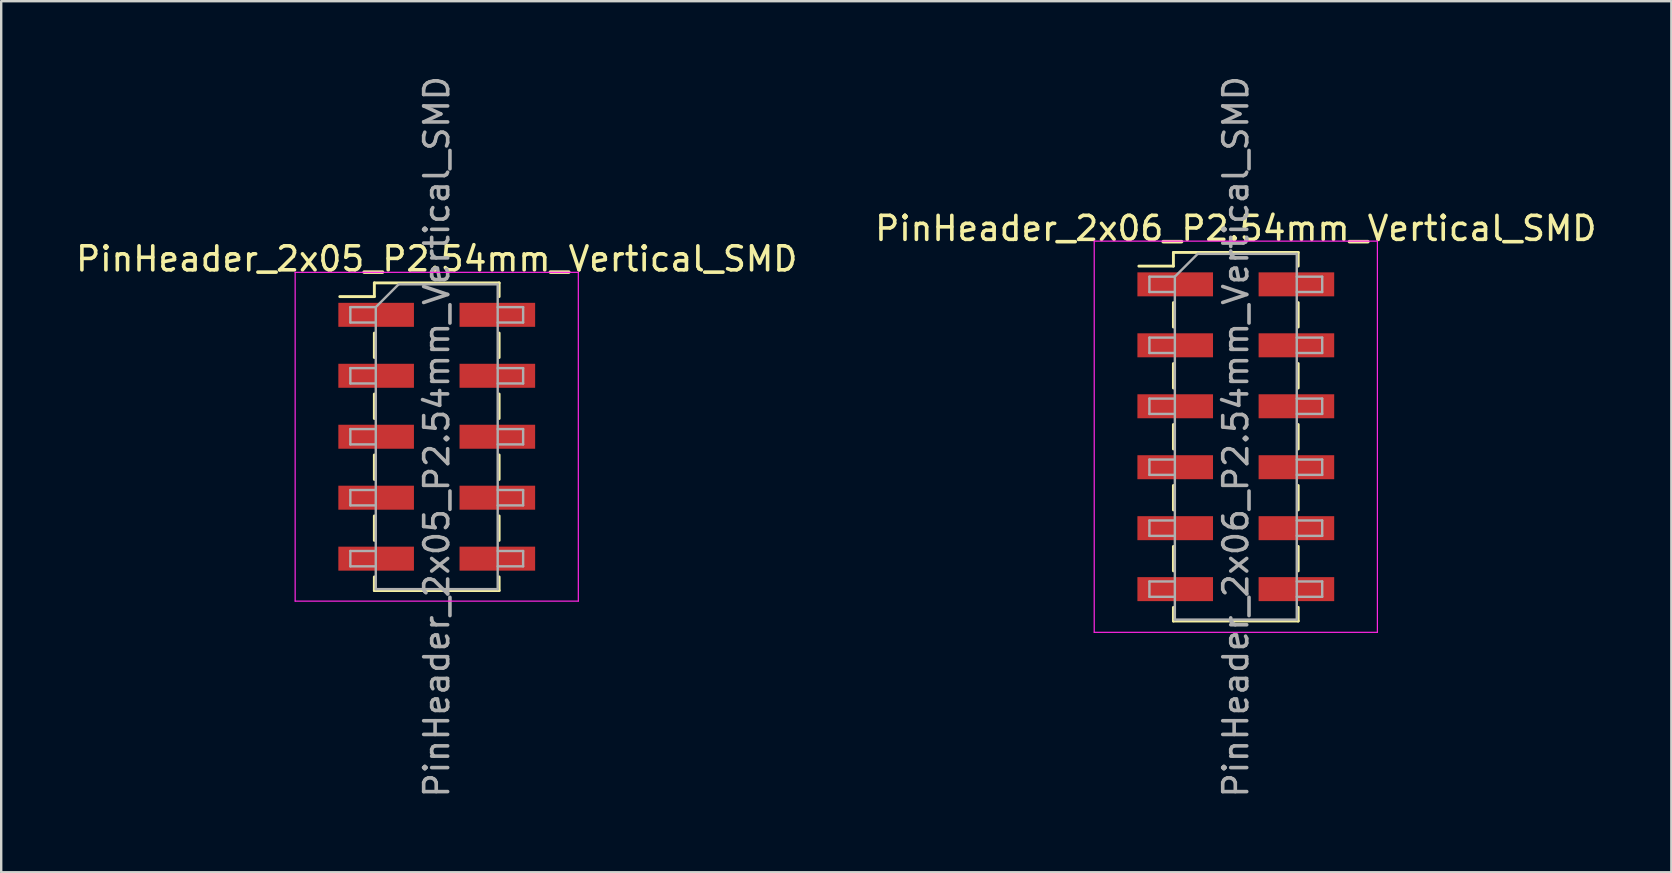
<source format=kicad_pcb>
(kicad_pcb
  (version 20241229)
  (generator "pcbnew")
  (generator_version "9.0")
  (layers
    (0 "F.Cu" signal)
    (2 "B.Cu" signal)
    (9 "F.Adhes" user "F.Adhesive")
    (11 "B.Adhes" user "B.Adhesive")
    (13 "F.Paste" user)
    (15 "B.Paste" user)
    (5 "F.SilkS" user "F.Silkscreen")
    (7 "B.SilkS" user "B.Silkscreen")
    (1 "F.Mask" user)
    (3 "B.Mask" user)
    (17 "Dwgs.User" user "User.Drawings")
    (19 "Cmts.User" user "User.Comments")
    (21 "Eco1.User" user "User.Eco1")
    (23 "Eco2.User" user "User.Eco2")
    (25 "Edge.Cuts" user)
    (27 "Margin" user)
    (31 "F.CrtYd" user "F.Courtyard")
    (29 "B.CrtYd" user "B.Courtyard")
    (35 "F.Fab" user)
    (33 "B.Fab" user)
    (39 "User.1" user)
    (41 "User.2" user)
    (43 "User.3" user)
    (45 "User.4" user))
  (footprint "PinHeader_2x05_P2.54mm_Vertical_SMD"
    (layer "F.Cu")
    (at 15.149 15.149)
    (property "Reference" "PinHeader_2x05_P2.54mm_Vertical_SMD" (at 0 -7.41 0) (layer "F.SilkS") (effects (font (size 1 1) (thickness 0.15))))
    (attr smd)
    (fp_line (start -4.04 -5.84) (end -2.6 -5.84) (stroke (width 0.12) (type solid)) (layer "F.SilkS"))
    (fp_line (start -2.6 -6.41) (end -2.6 -5.84) (stroke (width 0.12) (type solid)) (layer "F.SilkS"))
    (fp_line (start -2.6 -6.41) (end 2.6 -6.41) (stroke (width 0.12) (type solid)) (layer "F.SilkS"))
    (fp_line (start -2.6 -4.32) (end -2.6 -3.3) (stroke (width 0.12) (type solid)) (layer "F.SilkS"))
    (fp_line (start -2.6 -1.78) (end -2.6 -0.76) (stroke (width 0.12) (type solid)) (layer "F.SilkS"))
    (fp_line (start -2.6 0.76) (end -2.6 1.78) (stroke (width 0.12) (type solid)) (layer "F.SilkS"))
    (fp_line (start -2.6 3.3) (end -2.6 4.32) (stroke (width 0.12) (type solid)) (layer "F.SilkS"))
    (fp_line (start -2.6 5.84) (end -2.6 6.41) (stroke (width 0.12) (type solid)) (layer "F.SilkS"))
    (fp_line (start -2.6 6.41) (end 2.6 6.41) (stroke (width 0.12) (type solid)) (layer "F.SilkS"))
    (fp_line (start 2.6 -6.41) (end 2.6 -5.84) (stroke (width 0.12) (type solid)) (layer "F.SilkS"))
    (fp_line (start 2.6 -4.32) (end 2.6 -3.3) (stroke (width 0.12) (type solid)) (layer "F.SilkS"))
    (fp_line (start 2.6 -1.78) (end 2.6 -0.76) (stroke (width 0.12) (type solid)) (layer "F.SilkS"))
    (fp_line (start 2.6 0.76) (end 2.6 1.78) (stroke (width 0.12) (type solid)) (layer "F.SilkS"))
    (fp_line (start 2.6 3.3) (end 2.6 4.32) (stroke (width 0.12) (type solid)) (layer "F.SilkS"))
    (fp_line (start 2.6 5.84) (end 2.6 6.41) (stroke (width 0.12) (type solid)) (layer "F.SilkS"))
    (fp_line (start -5.9 -6.85) (end -5.9 6.85) (stroke (width 0.05) (type solid)) (layer "F.CrtYd"))
    (fp_line (start -5.9 6.85) (end 5.9 6.85) (stroke (width 0.05) (type solid)) (layer "F.CrtYd"))
    (fp_line (start 5.9 -6.85) (end -5.9 -6.85) (stroke (width 0.05) (type solid)) (layer "F.CrtYd"))
    (fp_line (start 5.9 6.85) (end 5.9 -6.85) (stroke (width 0.05) (type solid)) (layer "F.CrtYd"))
    (fp_line (start -3.6 -5.4) (end -3.6 -4.76) (stroke (width 0.1) (type solid)) (layer "F.Fab"))
    (fp_line (start -3.6 -4.76) (end -2.54 -4.76) (stroke (width 0.1) (type solid)) (layer "F.Fab"))
    (fp_line (start -3.6 -2.86) (end -3.6 -2.22) (stroke (width 0.1) (type solid)) (layer "F.Fab"))
    (fp_line (start -3.6 -2.22) (end -2.54 -2.22) (stroke (width 0.1) (type solid)) (layer "F.Fab"))
    (fp_line (start -3.6 -0.32) (end -3.6 0.32) (stroke (width 0.1) (type solid)) (layer "F.Fab"))
    (fp_line (start -3.6 0.32) (end -2.54 0.32) (stroke (width 0.1) (type solid)) (layer "F.Fab"))
    (fp_line (start -3.6 2.22) (end -3.6 2.86) (stroke (width 0.1) (type solid)) (layer "F.Fab"))
    (fp_line (start -3.6 2.86) (end -2.54 2.86) (stroke (width 0.1) (type solid)) (layer "F.Fab"))
    (fp_line (start -3.6 4.76) (end -3.6 5.4) (stroke (width 0.1) (type solid)) (layer "F.Fab"))
    (fp_line (start -3.6 5.4) (end -2.54 5.4) (stroke (width 0.1) (type solid)) (layer "F.Fab"))
    (fp_line (start -2.54 -5.4) (end -3.6 -5.4) (stroke (width 0.1) (type solid)) (layer "F.Fab"))
    (fp_line (start -2.54 -5.4) (end -1.59 -6.35) (stroke (width 0.1) (type solid)) (layer "F.Fab"))
    (fp_line (start -2.54 -2.86) (end -3.6 -2.86) (stroke (width 0.1) (type solid)) (layer "F.Fab"))
    (fp_line (start -2.54 -0.32) (end -3.6 -0.32) (stroke (width 0.1) (type solid)) (layer "F.Fab"))
    (fp_line (start -2.54 2.22) (end -3.6 2.22) (stroke (width 0.1) (type solid)) (layer "F.Fab"))
    (fp_line (start -2.54 4.76) (end -3.6 4.76) (stroke (width 0.1) (type solid)) (layer "F.Fab"))
    (fp_line (start -2.54 6.35) (end -2.54 -5.4) (stroke (width 0.1) (type solid)) (layer "F.Fab"))
    (fp_line (start -1.59 -6.35) (end 2.54 -6.35) (stroke (width 0.1) (type solid)) (layer "F.Fab"))
    (fp_line (start 2.54 -6.35) (end 2.54 6.35) (stroke (width 0.1) (type solid)) (layer "F.Fab"))
    (fp_line (start 2.54 -5.4) (end 3.6 -5.4) (stroke (width 0.1) (type solid)) (layer "F.Fab"))
    (fp_line (start 2.54 -2.86) (end 3.6 -2.86) (stroke (width 0.1) (type solid)) (layer "F.Fab"))
    (fp_line (start 2.54 -0.32) (end 3.6 -0.32) (stroke (width 0.1) (type solid)) (layer "F.Fab"))
    (fp_line (start 2.54 2.22) (end 3.6 2.22) (stroke (width 0.1) (type solid)) (layer "F.Fab"))
    (fp_line (start 2.54 4.76) (end 3.6 4.76) (stroke (width 0.1) (type solid)) (layer "F.Fab"))
    (fp_line (start 2.54 6.35) (end -2.54 6.35) (stroke (width 0.1) (type solid)) (layer "F.Fab"))
    (fp_line (start 3.6 -5.4) (end 3.6 -4.76) (stroke (width 0.1) (type solid)) (layer "F.Fab"))
    (fp_line (start 3.6 -4.76) (end 2.54 -4.76) (stroke (width 0.1) (type solid)) (layer "F.Fab"))
    (fp_line (start 3.6 -2.86) (end 3.6 -2.22) (stroke (width 0.1) (type solid)) (layer "F.Fab"))
    (fp_line (start 3.6 -2.22) (end 2.54 -2.22) (stroke (width 0.1) (type solid)) (layer "F.Fab"))
    (fp_line (start 3.6 -0.32) (end 3.6 0.32) (stroke (width 0.1) (type solid)) (layer "F.Fab"))
    (fp_line (start 3.6 0.32) (end 2.54 0.32) (stroke (width 0.1) (type solid)) (layer "F.Fab"))
    (fp_line (start 3.6 2.22) (end 3.6 2.86) (stroke (width 0.1) (type solid)) (layer "F.Fab"))
    (fp_line (start 3.6 2.86) (end 2.54 2.86) (stroke (width 0.1) (type solid)) (layer "F.Fab"))
    (fp_line (start 3.6 4.76) (end 3.6 5.4) (stroke (width 0.1) (type solid)) (layer "F.Fab"))
    (fp_line (start 3.6 5.4) (end 2.54 5.4) (stroke (width 0.1) (type solid)) (layer "F.Fab"))
    (fp_text user "${REFERENCE}" (at 0 0 90) (layer "F.Fab") (effects (font (size 1 1) (thickness 0.15))))
    (pad "1" smd rect (at -2.525 -5.08) (size 3.15 1) (layers "F.Cu" "F.Mask" "F.Paste"))
    (pad "2" smd rect (at 2.525 -5.08) (size 3.15 1) (layers "F.Cu" "F.Mask" "F.Paste"))
    (pad "3" smd rect (at -2.525 -2.54) (size 3.15 1) (layers "F.Cu" "F.Mask" "F.Paste"))
    (pad "4" smd rect (at 2.525 -2.54) (size 3.15 1) (layers "F.Cu" "F.Mask" "F.Paste"))
    (pad "5" smd rect (at -2.525 0) (size 3.15 1) (layers "F.Cu" "F.Mask" "F.Paste"))
    (pad "6" smd rect (at 2.525 0) (size 3.15 1) (layers "F.Cu" "F.Mask" "F.Paste"))
    (pad "7" smd rect (at -2.525 2.54) (size 3.15 1) (layers "F.Cu" "F.Mask" "F.Paste"))
    (pad "8" smd rect (at 2.525 2.54) (size 3.15 1) (layers "F.Cu" "F.Mask" "F.Paste"))
    (pad "9" smd rect (at -2.525 5.08) (size 3.15 1) (layers "F.Cu" "F.Mask" "F.Paste"))
    (pad "10" smd rect (at 2.525 5.08) (size 3.15 1) (layers "F.Cu" "F.Mask" "F.Paste")))
  (footprint "PinHeader_2x06_P2.54mm_Vertical_SMD"
    (layer "F.Cu")
    (at 48.446 15.149)
    (property "Reference" "PinHeader_2x06_P2.54mm_Vertical_SMD" (at 0 -8.68 0) (layer "F.SilkS") (effects (font (size 1 1) (thickness 0.15))))
    (attr smd)
    (fp_line (start -4.04 -7.11) (end -2.6 -7.11) (stroke (width 0.12) (type solid)) (layer "F.SilkS"))
    (fp_line (start -2.6 -7.68) (end -2.6 -7.11) (stroke (width 0.12) (type solid)) (layer "F.SilkS"))
    (fp_line (start -2.6 -7.68) (end 2.6 -7.68) (stroke (width 0.12) (type solid)) (layer "F.SilkS"))
    (fp_line (start -2.6 -5.59) (end -2.6 -4.57) (stroke (width 0.12) (type solid)) (layer "F.SilkS"))
    (fp_line (start -2.6 -3.05) (end -2.6 -2.03) (stroke (width 0.12) (type solid)) (layer "F.SilkS"))
    (fp_line (start -2.6 -0.51) (end -2.6 0.51) (stroke (width 0.12) (type solid)) (layer "F.SilkS"))
    (fp_line (start -2.6 2.03) (end -2.6 3.05) (stroke (width 0.12) (type solid)) (layer "F.SilkS"))
    (fp_line (start -2.6 4.57) (end -2.6 5.59) (stroke (width 0.12) (type solid)) (layer "F.SilkS"))
    (fp_line (start -2.6 7.11) (end -2.6 7.68) (stroke (width 0.12) (type solid)) (layer "F.SilkS"))
    (fp_line (start -2.6 7.68) (end 2.6 7.68) (stroke (width 0.12) (type solid)) (layer "F.SilkS"))
    (fp_line (start 2.6 -7.68) (end 2.6 -7.11) (stroke (width 0.12) (type solid)) (layer "F.SilkS"))
    (fp_line (start 2.6 -5.59) (end 2.6 -4.57) (stroke (width 0.12) (type solid)) (layer "F.SilkS"))
    (fp_line (start 2.6 -3.05) (end 2.6 -2.03) (stroke (width 0.12) (type solid)) (layer "F.SilkS"))
    (fp_line (start 2.6 -0.51) (end 2.6 0.51) (stroke (width 0.12) (type solid)) (layer "F.SilkS"))
    (fp_line (start 2.6 2.03) (end 2.6 3.05) (stroke (width 0.12) (type solid)) (layer "F.SilkS"))
    (fp_line (start 2.6 4.57) (end 2.6 5.59) (stroke (width 0.12) (type solid)) (layer "F.SilkS"))
    (fp_line (start 2.6 7.11) (end 2.6 7.68) (stroke (width 0.12) (type solid)) (layer "F.SilkS"))
    (fp_line (start -5.9 -8.15) (end -5.9 8.15) (stroke (width 0.05) (type solid)) (layer "F.CrtYd"))
    (fp_line (start -5.9 8.15) (end 5.9 8.15) (stroke (width 0.05) (type solid)) (layer "F.CrtYd"))
    (fp_line (start 5.9 -8.15) (end -5.9 -8.15) (stroke (width 0.05) (type solid)) (layer "F.CrtYd"))
    (fp_line (start 5.9 8.15) (end 5.9 -8.15) (stroke (width 0.05) (type solid)) (layer "F.CrtYd"))
    (fp_line (start -3.6 -6.67) (end -3.6 -6.03) (stroke (width 0.1) (type solid)) (layer "F.Fab"))
    (fp_line (start -3.6 -6.03) (end -2.54 -6.03) (stroke (width 0.1) (type solid)) (layer "F.Fab"))
    (fp_line (start -3.6 -4.13) (end -3.6 -3.49) (stroke (width 0.1) (type solid)) (layer "F.Fab"))
    (fp_line (start -3.6 -3.49) (end -2.54 -3.49) (stroke (width 0.1) (type solid)) (layer "F.Fab"))
    (fp_line (start -3.6 -1.59) (end -3.6 -0.95) (stroke (width 0.1) (type solid)) (layer "F.Fab"))
    (fp_line (start -3.6 -0.95) (end -2.54 -0.95) (stroke (width 0.1) (type solid)) (layer "F.Fab"))
    (fp_line (start -3.6 0.95) (end -3.6 1.59) (stroke (width 0.1) (type solid)) (layer "F.Fab"))
    (fp_line (start -3.6 1.59) (end -2.54 1.59) (stroke (width 0.1) (type solid)) (layer "F.Fab"))
    (fp_line (start -3.6 3.49) (end -3.6 4.13) (stroke (width 0.1) (type solid)) (layer "F.Fab"))
    (fp_line (start -3.6 4.13) (end -2.54 4.13) (stroke (width 0.1) (type solid)) (layer "F.Fab"))
    (fp_line (start -3.6 6.03) (end -3.6 6.67) (stroke (width 0.1) (type solid)) (layer "F.Fab"))
    (fp_line (start -3.6 6.67) (end -2.54 6.67) (stroke (width 0.1) (type solid)) (layer "F.Fab"))
    (fp_line (start -2.54 -6.67) (end -3.6 -6.67) (stroke (width 0.1) (type solid)) (layer "F.Fab"))
    (fp_line (start -2.54 -6.67) (end -1.59 -7.62) (stroke (width 0.1) (type solid)) (layer "F.Fab"))
    (fp_line (start -2.54 -4.13) (end -3.6 -4.13) (stroke (width 0.1) (type solid)) (layer "F.Fab"))
    (fp_line (start -2.54 -1.59) (end -3.6 -1.59) (stroke (width 0.1) (type solid)) (layer "F.Fab"))
    (fp_line (start -2.54 0.95) (end -3.6 0.95) (stroke (width 0.1) (type solid)) (layer "F.Fab"))
    (fp_line (start -2.54 3.49) (end -3.6 3.49) (stroke (width 0.1) (type solid)) (layer "F.Fab"))
    (fp_line (start -2.54 6.03) (end -3.6 6.03) (stroke (width 0.1) (type solid)) (layer "F.Fab"))
    (fp_line (start -2.54 7.62) (end -2.54 -6.67) (stroke (width 0.1) (type solid)) (layer "F.Fab"))
    (fp_line (start -1.59 -7.62) (end 2.54 -7.62) (stroke (width 0.1) (type solid)) (layer "F.Fab"))
    (fp_line (start 2.54 -7.62) (end 2.54 7.62) (stroke (width 0.1) (type solid)) (layer "F.Fab"))
    (fp_line (start 2.54 -6.67) (end 3.6 -6.67) (stroke (width 0.1) (type solid)) (layer "F.Fab"))
    (fp_line (start 2.54 -4.13) (end 3.6 -4.13) (stroke (width 0.1) (type solid)) (layer "F.Fab"))
    (fp_line (start 2.54 -1.59) (end 3.6 -1.59) (stroke (width 0.1) (type solid)) (layer "F.Fab"))
    (fp_line (start 2.54 0.95) (end 3.6 0.95) (stroke (width 0.1) (type solid)) (layer "F.Fab"))
    (fp_line (start 2.54 3.49) (end 3.6 3.49) (stroke (width 0.1) (type solid)) (layer "F.Fab"))
    (fp_line (start 2.54 6.03) (end 3.6 6.03) (stroke (width 0.1) (type solid)) (layer "F.Fab"))
    (fp_line (start 2.54 7.62) (end -2.54 7.62) (stroke (width 0.1) (type solid)) (layer "F.Fab"))
    (fp_line (start 3.6 -6.67) (end 3.6 -6.03) (stroke (width 0.1) (type solid)) (layer "F.Fab"))
    (fp_line (start 3.6 -6.03) (end 2.54 -6.03) (stroke (width 0.1) (type solid)) (layer "F.Fab"))
    (fp_line (start 3.6 -4.13) (end 3.6 -3.49) (stroke (width 0.1) (type solid)) (layer "F.Fab"))
    (fp_line (start 3.6 -3.49) (end 2.54 -3.49) (stroke (width 0.1) (type solid)) (layer "F.Fab"))
    (fp_line (start 3.6 -1.59) (end 3.6 -0.95) (stroke (width 0.1) (type solid)) (layer "F.Fab"))
    (fp_line (start 3.6 -0.95) (end 2.54 -0.95) (stroke (width 0.1) (type solid)) (layer "F.Fab"))
    (fp_line (start 3.6 0.95) (end 3.6 1.59) (stroke (width 0.1) (type solid)) (layer "F.Fab"))
    (fp_line (start 3.6 1.59) (end 2.54 1.59) (stroke (width 0.1) (type solid)) (layer "F.Fab"))
    (fp_line (start 3.6 3.49) (end 3.6 4.13) (stroke (width 0.1) (type solid)) (layer "F.Fab"))
    (fp_line (start 3.6 4.13) (end 2.54 4.13) (stroke (width 0.1) (type solid)) (layer "F.Fab"))
    (fp_line (start 3.6 6.03) (end 3.6 6.67) (stroke (width 0.1) (type solid)) (layer "F.Fab"))
    (fp_line (start 3.6 6.67) (end 2.54 6.67) (stroke (width 0.1) (type solid)) (layer "F.Fab"))
    (fp_text user "${REFERENCE}" (at 0 0 90) (layer "F.Fab") (effects (font (size 1 1) (thickness 0.15))))
    (pad "1" smd rect (at -2.525 -6.35) (size 3.15 1) (layers "F.Cu" "F.Mask" "F.Paste"))
    (pad "2" smd rect (at 2.525 -6.35) (size 3.15 1) (layers "F.Cu" "F.Mask" "F.Paste"))
    (pad "3" smd rect (at -2.525 -3.81) (size 3.15 1) (layers "F.Cu" "F.Mask" "F.Paste"))
    (pad "4" smd rect (at 2.525 -3.81) (size 3.15 1) (layers "F.Cu" "F.Mask" "F.Paste"))
    (pad "5" smd rect (at -2.525 -1.27) (size 3.15 1) (layers "F.Cu" "F.Mask" "F.Paste"))
    (pad "6" smd rect (at 2.525 -1.27) (size 3.15 1) (layers "F.Cu" "F.Mask" "F.Paste"))
    (pad "7" smd rect (at -2.525 1.27) (size 3.15 1) (layers "F.Cu" "F.Mask" "F.Paste"))
    (pad "8" smd rect (at 2.525 1.27) (size 3.15 1) (layers "F.Cu" "F.Mask" "F.Paste"))
    (pad "9" smd rect (at -2.525 3.81) (size 3.15 1) (layers "F.Cu" "F.Mask" "F.Paste"))
    (pad "10" smd rect (at 2.525 3.81) (size 3.15 1) (layers "F.Cu" "F.Mask" "F.Paste"))
    (pad "11" smd rect (at -2.525 6.35) (size 3.15 1) (layers "F.Cu" "F.Mask" "F.Paste"))
    (pad "12" smd rect (at 2.525 6.35) (size 3.15 1) (layers "F.Cu" "F.Mask" "F.Paste")))
  (gr_rect
    (start -3 -3)
    (end 66.595 33.298)
    (stroke (width 0.1) (type default))
    (fill no)
    (layer "Edge.Cuts")))
</source>
